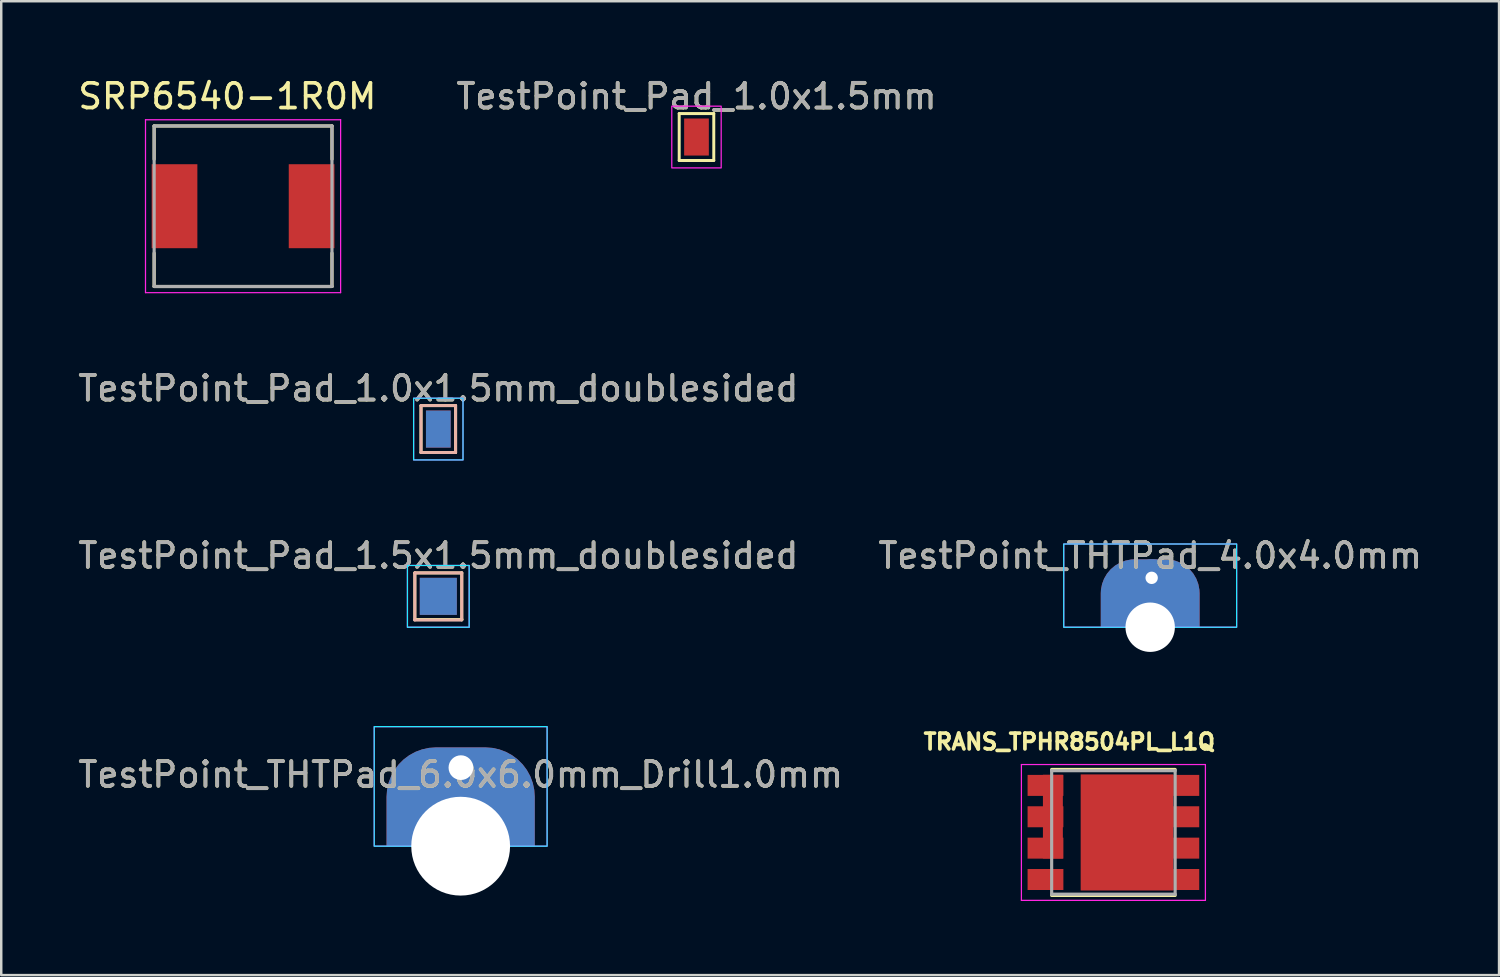
<source format=kicad_pcb>
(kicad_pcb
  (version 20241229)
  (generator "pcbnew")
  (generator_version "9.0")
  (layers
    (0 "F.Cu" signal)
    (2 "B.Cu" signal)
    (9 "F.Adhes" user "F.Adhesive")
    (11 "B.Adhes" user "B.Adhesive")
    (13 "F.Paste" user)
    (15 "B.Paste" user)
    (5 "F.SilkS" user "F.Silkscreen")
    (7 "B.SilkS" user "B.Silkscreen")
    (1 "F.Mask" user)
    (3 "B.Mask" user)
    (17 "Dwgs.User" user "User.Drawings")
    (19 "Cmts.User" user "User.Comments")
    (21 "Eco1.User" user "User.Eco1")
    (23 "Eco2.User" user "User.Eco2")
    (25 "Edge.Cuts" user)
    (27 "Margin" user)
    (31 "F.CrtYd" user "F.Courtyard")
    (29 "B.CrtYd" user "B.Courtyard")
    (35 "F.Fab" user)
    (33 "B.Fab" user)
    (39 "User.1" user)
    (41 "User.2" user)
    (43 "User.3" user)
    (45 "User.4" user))
  (footprint "TRANS_TPHR8504PL_L1Q"
    (layer "F.Cu")
    (at 42.029 30.654)
    (property "Reference" "TRANS_TPHR8504PL_L1Q" (at -1.784 -3.671 0) (layer "F.SilkS") (effects (font (size 0.64 0.64) (thickness 0.15))))
    (attr smd)
    (fp_line (start -2.5 -2.55) (end 2.5 -2.55) (stroke (width 0.127) (type solid)) (layer "F.SilkS"))
    (fp_line (start -2.5 2.55) (end 2.5 2.55) (stroke (width 0.127) (type solid)) (layer "F.SilkS"))
    (fp_poly (pts (xy -0.94 -1.186) (xy 2.04 -1.186) (xy 2.04 1.186) (xy -0.94 1.186)) (stroke (width 0.01) (type solid)) (fill yes) (layer "F.Paste"))
    (fp_line (start -3.725 -2.75) (end 3.725 -2.75) (stroke (width 0.05) (type solid)) (layer "F.CrtYd"))
    (fp_line (start -3.725 2.75) (end -3.725 -2.75) (stroke (width 0.05) (type solid)) (layer "F.CrtYd"))
    (fp_line (start 3.725 -2.75) (end 3.725 2.75) (stroke (width 0.05) (type solid)) (layer "F.CrtYd"))
    (fp_line (start 3.725 2.75) (end -3.725 2.75) (stroke (width 0.05) (type solid)) (layer "F.CrtYd"))
    (fp_line (start -2.5 -2.5) (end 2.5 -2.5) (stroke (width 0.127) (type solid)) (layer "F.Fab"))
    (fp_line (start -2.5 2.5) (end -2.5 -2.5) (stroke (width 0.127) (type solid)) (layer "F.Fab"))
    (fp_line (start 2.5 -2.5) (end 2.5 2.5) (stroke (width 0.127) (type solid)) (layer "F.Fab"))
    (fp_line (start 2.5 2.5) (end -2.5 2.5) (stroke (width 0.127) (type solid)) (layer "F.Fab"))
    (pad "1" smd rect (at -2.75 -1.905) (size 1.45 0.85) (layers "F.Cu" "F.Mask" "F.Paste"))
    (pad "1" smd rect (at -2.75 -0.635) (size 1.45 0.85) (layers "F.Cu" "F.Mask" "F.Paste"))
    (pad "1" smd rect (at -2.75 0.635) (size 1.45 0.85) (layers "F.Cu" "F.Mask" "F.Paste"))
    (pad "1" smd rect (at -2.45 -0.64) (size 0.807 3.39) (layers "F.Cu"))
    (pad "4" smd rect (at -2.75 1.905) (size 1.45 0.85) (layers "F.Cu" "F.Mask" "F.Paste"))
    (pad "5" smd rect (at 0.55 0) (size 3.75 4.7) (layers "F.Cu" "F.Mask"))
    (pad "5" smd rect (at 2.95 -1.905) (size 1.05 0.85) (layers "F.Cu" "F.Mask" "F.Paste"))
    (pad "5" smd rect (at 2.95 -0.635) (size 1.05 0.85) (layers "F.Cu" "F.Mask" "F.Paste"))
    (pad "5" smd rect (at 2.95 0.635) (size 1.05 0.85) (layers "F.Cu" "F.Mask" "F.Paste"))
    (pad "5" smd rect (at 2.95 1.905) (size 1.05 0.85) (layers "F.Cu" "F.Mask" "F.Paste")))
  (footprint "TestPoint_Pad_1.0x1.5mm"
    (layer "F.Cu")
    (at 25.149 2.498)
    (property "Reference" "TestPoint_Pad_1.0x1.5mm" (at 0 -1.648 0) (layer "F.SilkS") (effects (font (size 1 1) (thickness 0.15))))
    (attr exclude_from_pos_files exclude_from_bom)
    (fp_line (start -0.7 -0.95) (end 0.7 -0.95) (stroke (width 0.12) (type solid)) (layer "F.SilkS"))
    (fp_line (start -0.7 0.95) (end -0.7 -0.95) (stroke (width 0.12) (type solid)) (layer "F.SilkS"))
    (fp_line (start 0.7 -0.95) (end 0.7 0.95) (stroke (width 0.12) (type solid)) (layer "F.SilkS"))
    (fp_line (start 0.7 0.95) (end -0.7 0.95) (stroke (width 0.12) (type solid)) (layer "F.SilkS"))
    (fp_rect (start -1 -1.25) (end 1 1.25) (stroke (width 0.05) (type default)) (fill no) (layer "F.CrtYd"))
    (fp_text user "${REFERENCE}" (at 0 -1.65 0) (layer "F.Fab") (effects (font (size 1 1) (thickness 0.15))))
    (pad "1" smd rect (at 0 0) (size 1 1.5) (layers "F.Cu" "F.Mask")))
  (footprint "TestPoint_Pad_1.0x1.5mm_doublesided"
    (layer "F.Cu")
    (at 14.696 14.322)
    (property "Reference" "TestPoint_Pad_1.0x1.5mm_doublesided" (at 0 -1.648 0) (layer "F.SilkS") (effects (font (size 1 1) (thickness 0.15))))
    (attr exclude_from_pos_files exclude_from_bom)
    (fp_line (start -0.7 -0.95) (end 0.7 -0.95) (stroke (width 0.12) (type solid)) (layer "F.SilkS"))
    (fp_line (start -0.7 0.95) (end -0.7 -0.95) (stroke (width 0.12) (type solid)) (layer "F.SilkS"))
    (fp_line (start 0.7 -0.95) (end 0.7 0.95) (stroke (width 0.12) (type solid)) (layer "F.SilkS"))
    (fp_line (start 0.7 0.95) (end -0.7 0.95) (stroke (width 0.12) (type solid)) (layer "F.SilkS"))
    (fp_line (start -0.7 -0.95) (end 0.7 -0.95) (stroke (width 0.12) (type solid)) (layer "B.SilkS"))
    (fp_line (start -0.7 0.95) (end -0.7 -0.95) (stroke (width 0.12) (type solid)) (layer "B.SilkS"))
    (fp_line (start 0.7 -0.95) (end 0.7 0.95) (stroke (width 0.12) (type solid)) (layer "B.SilkS"))
    (fp_line (start 0.7 0.95) (end -0.7 0.95) (stroke (width 0.12) (type solid)) (layer "B.SilkS"))
    (fp_rect (start -1 -1.25) (end 1 1.25) (stroke (width 0.05) (type default)) (fill no) (layer "B.CrtYd"))
    (fp_rect (start -1 -1.25) (end 1 1.25) (stroke (width 0.05) (type default)) (fill no) (layer "F.CrtYd"))
    (fp_text user "${REFERENCE}" (at 0 -1.65 0) (layer "F.Fab") (effects (font (size 1 1) (thickness 0.15))))
    (pad "1" smd rect (at 0 0) (size 1 1.5) (layers "F.Cu" "F.Mask"))
    (pad "1" smd rect (at 0 0) (size 1 1.5) (layers "B.Cu" "B.Mask")))
  (footprint "TestPoint_THTPad_6.0x6.0mm_Drill1.0mm"
    (layer "F.Cu")
    (at 15.601 31.21)
    (property "Reference" "TestPoint_THTPad_6.0x6.0mm_Drill1.0mm" (at 0 -2.898 0) (layer "F.SilkS") (effects (font (size 1 1) (thickness 0.15))))
    (attr exclude_from_pos_files exclude_from_bom)
    (fp_rect (start -3.5 -4.84) (end 3.5 0) (stroke (width 0.05) (type default)) (fill no) (layer "B.CrtYd"))
    (fp_rect (start -3.5 -4.84) (end 3.5 0) (stroke (width 0.05) (type default)) (fill no) (layer "F.CrtYd"))
    (fp_text user "${REFERENCE}" (at 0 -2.9 0) (layer "F.Fab") (effects (font (size 1 1) (thickness 0.15))))
    (pad "1" thru_hole roundrect (at 0 0) (size 6 4) (drill 4 (offset 0 -2)) (property pad_prop_castellated) (layers "*.Cu" "*.Mask") (roundrect_rratio 0.5) (chamfer_ratio 0) (chamfer bottom_left bottom_right))
    (pad "1" thru_hole circle (at 0.01 -3.18) (size 1.5 1.5) (drill 1) (property pad_prop_castellated) (layers "*.Cu" "*.Mask")))
  (footprint "TestPoint_Pad_1.5x1.5mm_doublesided"
    (layer "F.Cu")
    (at 14.696 21.095)
    (property "Reference" "TestPoint_Pad_1.5x1.5mm_doublesided" (at 0 -1.648 0) (layer "F.SilkS") (effects (font (size 1 1) (thickness 0.15))))
    (attr exclude_from_pos_files exclude_from_bom)
    (fp_line (start -0.95 -0.95) (end 0.95 -0.95) (stroke (width 0.12) (type solid)) (layer "F.SilkS"))
    (fp_line (start -0.95 0.95) (end -0.95 -0.95) (stroke (width 0.12) (type solid)) (layer "F.SilkS"))
    (fp_line (start 0.95 -0.95) (end 0.95 0.95) (stroke (width 0.12) (type solid)) (layer "F.SilkS"))
    (fp_line (start 0.96 0.94) (end -0.94 0.94) (stroke (width 0.12) (type solid)) (layer "F.SilkS"))
    (fp_line (start -0.95 -0.95) (end 0.95 -0.95) (stroke (width 0.12) (type solid)) (layer "B.SilkS"))
    (fp_line (start -0.95 0.95) (end -0.95 -0.95) (stroke (width 0.12) (type solid)) (layer "B.SilkS"))
    (fp_line (start 0.94 0.96) (end -0.96 0.96) (stroke (width 0.12) (type solid)) (layer "B.SilkS"))
    (fp_line (start 0.95 -0.95) (end 0.95 0.95) (stroke (width 0.12) (type solid)) (layer "B.SilkS"))
    (fp_rect (start -1.25 -1.25) (end 1.25 1.25) (stroke (width 0.05) (type default)) (fill no) (layer "B.CrtYd"))
    (fp_line (start -1.25 -1.25) (end -1.25 1.25) (stroke (width 0.05) (type solid)) (layer "F.CrtYd"))
    (fp_line (start -1.25 -1.25) (end 1.25 -1.25) (stroke (width 0.05) (type solid)) (layer "F.CrtYd"))
    (fp_line (start 1.25 1.25) (end -1.25 1.25) (stroke (width 0.05) (type solid)) (layer "F.CrtYd"))
    (fp_line (start 1.25 1.25) (end 1.25 -1.25) (stroke (width 0.05) (type solid)) (layer "F.CrtYd"))
    (fp_text user "${REFERENCE}" (at 0 -1.65 0) (layer "F.Fab") (effects (font (size 1 1) (thickness 0.15))))
    (pad "1" smd rect (at 0 0) (size 1.5 1.5) (layers "F.Cu" "F.Mask"))
    (pad "1" smd rect (at 0 0) (size 1.5 1.5) (layers "B.Cu" "B.Mask")))
  (footprint "SRP6540-1R0M"
    (layer "F.Cu")
    (at 6.791 5.299)
    (property "Reference" "SRP6540-1R0M" (at -0.636 -4.45 0) (layer "F.SilkS") (effects (font (size 1.001 1.001) (thickness 0.15))))
    (attr smd)
    (fp_line (start -3.6 -3.25) (end 3.6 -3.25) (stroke (width 0.127) (type solid)) (layer "F.SilkS"))
    (fp_line (start -3.6 -1.9) (end -3.6 -3.25) (stroke (width 0.127) (type solid)) (layer "F.SilkS"))
    (fp_line (start -3.6 3.25) (end -3.6 1.9) (stroke (width 0.127) (type solid)) (layer "F.SilkS"))
    (fp_line (start 3.6 -3.25) (end 3.6 -1.9) (stroke (width 0.127) (type solid)) (layer "F.SilkS"))
    (fp_line (start 3.6 1.9) (end 3.6 3.25) (stroke (width 0.127) (type solid)) (layer "F.SilkS"))
    (fp_line (start 3.6 3.25) (end -3.6 3.25) (stroke (width 0.127) (type solid)) (layer "F.SilkS"))
    (fp_line (start -3.95 -3.5) (end 3.95 -3.5) (stroke (width 0.05) (type solid)) (layer "F.CrtYd"))
    (fp_line (start -3.95 3.5) (end -3.95 -3.5) (stroke (width 0.05) (type solid)) (layer "F.CrtYd"))
    (fp_line (start 3.95 -3.5) (end 3.95 3.5) (stroke (width 0.05) (type solid)) (layer "F.CrtYd"))
    (fp_line (start 3.95 3.5) (end -3.95 3.5) (stroke (width 0.05) (type solid)) (layer "F.CrtYd"))
    (fp_line (start -3.6 -3.25) (end 3.6 -3.25) (stroke (width 0.127) (type solid)) (layer "F.Fab"))
    (fp_line (start -3.6 3.25) (end -3.6 -3.25) (stroke (width 0.127) (type solid)) (layer "F.Fab"))
    (fp_line (start 3.6 -3.25) (end 3.6 3.25) (stroke (width 0.127) (type solid)) (layer "F.Fab"))
    (fp_line (start 3.6 3.25) (end -3.6 3.25) (stroke (width 0.127) (type solid)) (layer "F.Fab"))
    (pad "1" smd rect (at -2.775 0) (size 1.85 3.4) (layers "F.Cu" "F.Mask" "F.Paste"))
    (pad "2" smd rect (at 2.775 0) (size 1.85 3.4) (layers "F.Cu" "F.Mask" "F.Paste")))
  (footprint "TestPoint_THTPad_4.0x4.0mm"
    (layer "F.Cu")
    (at 43.518 22.345)
    (property "Reference" "TestPoint_THTPad_4.0x4.0mm" (at 0 -2.898 0) (layer "F.SilkS") (effects (font (size 1 1) (thickness 0.15))))
    (attr exclude_from_pos_files exclude_from_bom)
    (fp_rect (start -3.5 -3.37) (end 3.5 0) (stroke (width 0.05) (type default)) (fill no) (layer "B.CrtYd"))
    (fp_rect (start -3.5 -3.37) (end 3.5 0) (stroke (width 0.05) (type default)) (fill no) (layer "F.CrtYd"))
    (fp_text user "${REFERENCE}" (at 0 -2.9 0) (layer "F.Fab") (effects (font (size 1 1) (thickness 0.15))))
    (pad "1" thru_hole roundrect (at 0 0) (size 4 2.75) (drill 2 (offset 0 -1.375)) (property pad_prop_castellated) (layers "*.Cu" "*.Mask") (roundrect_rratio 0.5) (chamfer_ratio 0) (chamfer bottom_left bottom_right))
    (pad "1" thru_hole circle (at 0.06 -2) (size 1.5 1.5) (drill 0.5) (property pad_prop_castellated) (layers "*.Cu" "*.Mask")))
  (gr_rect
    (start -3 -3)
    (end 57.643 36.429)
    (stroke (width 0.1) (type default))
    (fill no)
    (layer "Edge.Cuts")))
</source>
